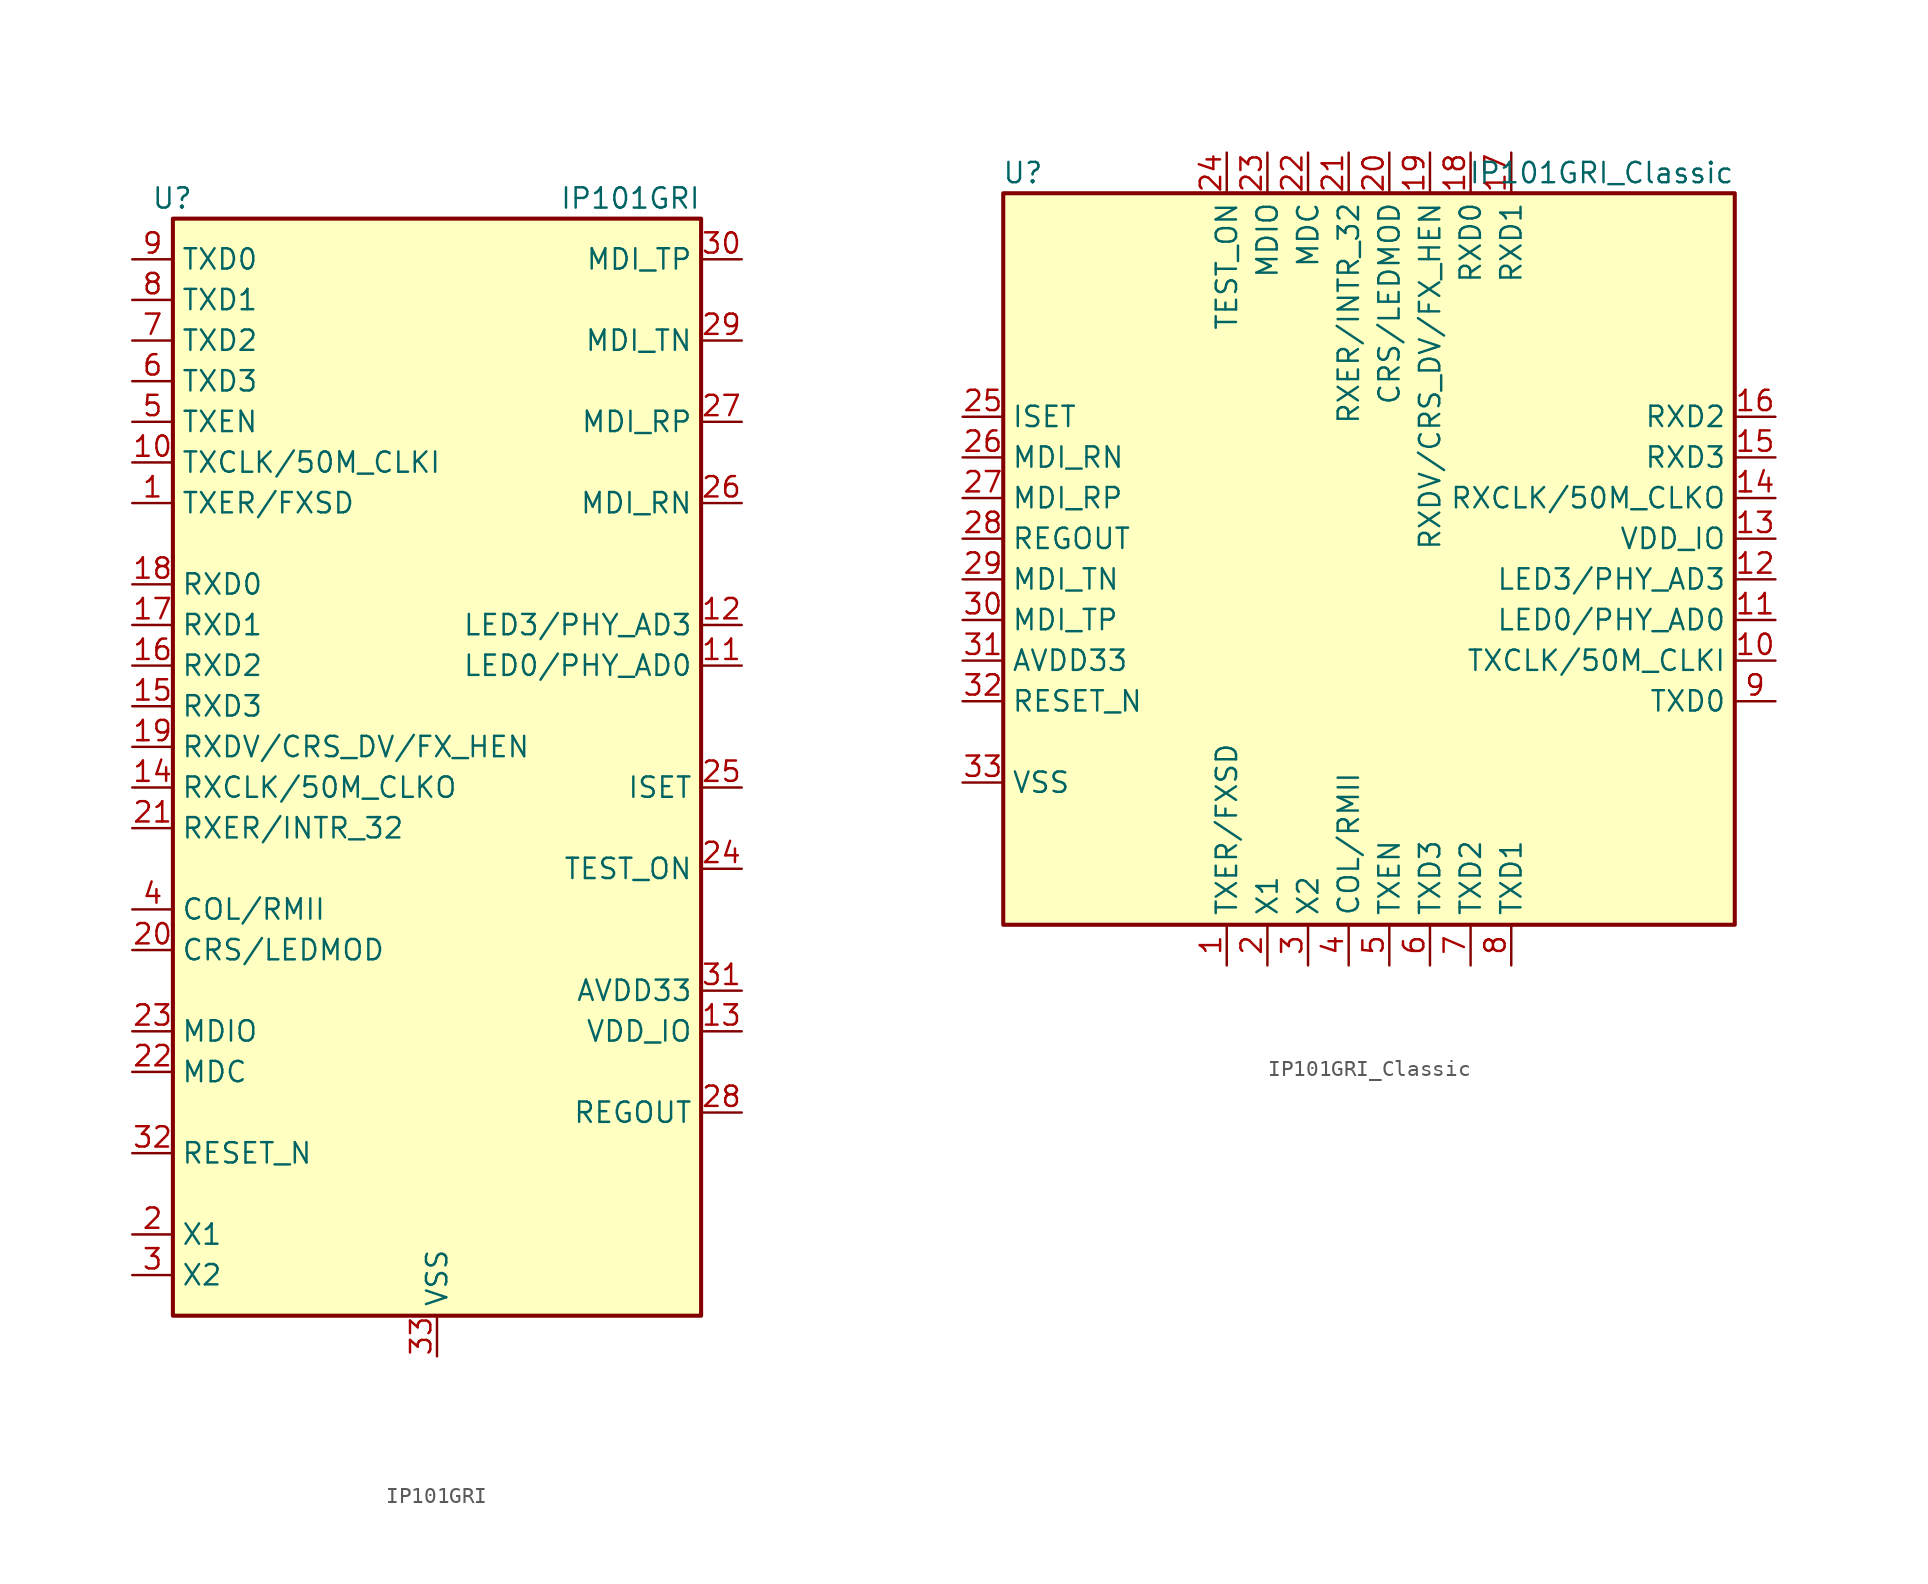
<source format=kicad_sym>
(kicad_symbol_lib
  (version 20211014)
  (generator kicad_symbol_editor)
  (symbol "IP101GRI"
    (property "Reference" "U"
      (at -15.24 35.56 0)
      (effects (font (size 1.27 1.27)) (justify right)))
    (property "Value" "IP101GRI"
      (at 16.51 35.56 0)
      (effects (font (size 1.27 1.27)) (justify right)))
    (symbol "IP101GRI_0_1"
      (rectangle (start -16.51 34.29) (end 16.51 -34.29) (stroke (width 0.254) (type default) (color 0 0 0 0)) (fill (type background))))
    (symbol "IP101GRI_1_1"
      (pin input line (at -19.05 16.51 0) (length 2.54) (name "TXER/FXSD" (effects (font (size 1.27 1.27)))) (number "1" (effects (font (size 1.27 1.27)))))
      (pin bidirectional line (at -19.05 19.05 0) (length 2.54) (name "TXCLK/50M_CLKI" (effects (font (size 1.27 1.27)))) (number "10" (effects (font (size 1.27 1.27)))))
      (pin output line (at 19.05 6.35 180) (length 2.54) (name "LED0/PHY_AD0" (effects (font (size 1.27 1.27)))) (number "11" (effects (font (size 1.27 1.27)))))
      (pin output line (at 19.05 8.89 180) (length 2.54) (name "LED3/PHY_AD3" (effects (font (size 1.27 1.27)))) (number "12" (effects (font (size 1.27 1.27)))))
      (pin power_in line (at 19.05 -16.51 180) (length 2.54) (name "VDD_IO" (effects (font (size 1.27 1.27)))) (number "13" (effects (font (size 1.27 1.27)))))
      (pin output line (at -19.05 -1.27 0) (length 2.54) (name "RXCLK/50M_CLKO" (effects (font (size 1.27 1.27)))) (number "14" (effects (font (size 1.27 1.27)))))
      (pin input line (at -19.05 3.81 0) (length 2.54) (name "RXD3" (effects (font (size 1.27 1.27)))) (number "15" (effects (font (size 1.27 1.27)))))
      (pin input line (at -19.05 6.35 0) (length 2.54) (name "RXD2" (effects (font (size 1.27 1.27)))) (number "16" (effects (font (size 1.27 1.27)))))
      (pin input line (at -19.05 8.89 0) (length 2.54) (name "RXD1" (effects (font (size 1.27 1.27)))) (number "17" (effects (font (size 1.27 1.27)))))
      (pin input line (at -19.05 11.43 0) (length 2.54) (name "RXD0" (effects (font (size 1.27 1.27)))) (number "18" (effects (font (size 1.27 1.27)))))
      (pin bidirectional line (at -19.05 1.27 0) (length 2.54) (name "RXDV/CRS_DV/FX_HEN" (effects (font (size 1.27 1.27)))) (number "19" (effects (font (size 1.27 1.27)))))
      (pin input line (at -19.05 -29.21 0) (length 2.54) (name "X1" (effects (font (size 1.27 1.27)))) (number "2" (effects (font (size 1.27 1.27)))))
      (pin output line (at -19.05 -11.43 0) (length 2.54) (name "CRS/LEDMOD" (effects (font (size 1.27 1.27)))) (number "20" (effects (font (size 1.27 1.27)))))
      (pin output line (at -19.05 -3.81 0) (length 2.54) (name "RXER/INTR_32" (effects (font (size 1.27 1.27)))) (number "21" (effects (font (size 1.27 1.27)))))
      (pin output line (at -19.05 -19.05 0) (length 2.54) (name "MDC" (effects (font (size 1.27 1.27)))) (number "22" (effects (font (size 1.27 1.27)))))
      (pin bidirectional line (at -19.05 -16.51 0) (length 2.54) (name "MDIO" (effects (font (size 1.27 1.27)))) (number "23" (effects (font (size 1.27 1.27)))))
      (pin input line (at 19.05 -6.35 180) (length 2.54) (name "TEST_ON" (effects (font (size 1.27 1.27)))) (number "24" (effects (font (size 1.27 1.27)))))
      (pin output line (at 19.05 -1.27 180) (length 2.54) (name "ISET" (effects (font (size 1.27 1.27)))) (number "25" (effects (font (size 1.27 1.27)))))
      (pin output line (at 19.05 16.51 180) (length 2.54) (name "MDI_RN" (effects (font (size 1.27 1.27)))) (number "26" (effects (font (size 1.27 1.27)))))
      (pin bidirectional line (at 19.05 21.59 180) (length 2.54) (name "MDI_RP" (effects (font (size 1.27 1.27)))) (number "27" (effects (font (size 1.27 1.27)))))
      (pin power_out line (at 19.05 -21.59 180) (length 2.54) (name "REGOUT" (effects (font (size 1.27 1.27)))) (number "28" (effects (font (size 1.27 1.27)))))
      (pin bidirectional line (at 19.05 26.67 180) (length 2.54) (name "MDI_TN" (effects (font (size 1.27 1.27)))) (number "29" (effects (font (size 1.27 1.27)))))
      (pin output line (at -19.05 -31.75 0) (length 2.54) (name "X2" (effects (font (size 1.27 1.27)))) (number "3" (effects (font (size 1.27 1.27)))))
      (pin power_in line (at 19.05 31.75 180) (length 2.54) (name "MDI_TP" (effects (font (size 1.27 1.27)))) (number "30" (effects (font (size 1.27 1.27)))))
      (pin power_in line (at 19.05 -13.97 180) (length 2.54) (name "AVDD33" (effects (font (size 1.27 1.27)))) (number "31" (effects (font (size 1.27 1.27)))))
      (pin passive line (at -19.05 -24.13 0) (length 2.54) (name "RESET_N" (effects (font (size 1.27 1.27)))) (number "32" (effects (font (size 1.27 1.27)))))
      (pin power_in line (at 0 -36.83 90) (length 2.54) (name "VSS" (effects (font (size 1.27 1.27)))) (number "33" (effects (font (size 1.27 1.27)))))
      (pin bidirectional line (at -19.05 -8.89 0) (length 2.54) (name "COL/RMII" (effects (font (size 1.27 1.27)))) (number "4" (effects (font (size 1.27 1.27)))))
      (pin input line (at -19.05 21.59 0) (length 2.54) (name "TXEN" (effects (font (size 1.27 1.27)))) (number "5" (effects (font (size 1.27 1.27)))))
      (pin input line (at -19.05 24.13 0) (length 2.54) (name "TXD3" (effects (font (size 1.27 1.27)))) (number "6" (effects (font (size 1.27 1.27)))))
      (pin input line (at -19.05 26.67 0) (length 2.54) (name "TXD2" (effects (font (size 1.27 1.27)))) (number "7" (effects (font (size 1.27 1.27)))))
      (pin input line (at -19.05 29.21 0) (length 2.54) (name "TXD1" (effects (font (size 1.27 1.27)))) (number "8" (effects (font (size 1.27 1.27)))))
      (pin input line (at -19.05 31.75 0) (length 2.54) (name "TXD0" (effects (font (size 1.27 1.27)))) (number "9" (effects (font (size 1.27 1.27)))))))
  (symbol "IP101GRI_Classic"
    (property "Reference" "U"
      (at -19.05 24.13 0)
      (effects (font (size 1.27 1.27)) (justify right)))
    (property "Value" "IP101GRI_Classic"
      (at 24.13 24.13 0)
      (effects (font (size 1.27 1.27)) (justify right)))
    (symbol "IP101GRI_Classic_0_1"
      (rectangle (start -21.59 22.86) (end 24.13 -22.86) (stroke (width 0.254) (type default) (color 0 0 0 0)) (fill (type background))))
    (symbol "IP101GRI_Classic_1_1"
      (pin input line (at -7.62 -25.4 90) (length 2.54) (name "TXER/FXSD" (effects (font (size 1.27 1.27)))) (number "1" (effects (font (size 1.27 1.27)))))
      (pin bidirectional line (at 26.67 -6.35 180) (length 2.54) (name "TXCLK/50M_CLKI" (effects (font (size 1.27 1.27)))) (number "10" (effects (font (size 1.27 1.27)))))
      (pin output line (at 26.67 -3.81 180) (length 2.54) (name "LED0/PHY_AD0" (effects (font (size 1.27 1.27)))) (number "11" (effects (font (size 1.27 1.27)))))
      (pin output line (at 26.67 -1.27 180) (length 2.54) (name "LED3/PHY_AD3" (effects (font (size 1.27 1.27)))) (number "12" (effects (font (size 1.27 1.27)))))
      (pin power_in line (at 26.67 1.27 180) (length 2.54) (name "VDD_IO" (effects (font (size 1.27 1.27)))) (number "13" (effects (font (size 1.27 1.27)))))
      (pin output line (at 26.67 3.81 180) (length 2.54) (name "RXCLK/50M_CLKO" (effects (font (size 1.27 1.27)))) (number "14" (effects (font (size 1.27 1.27)))))
      (pin input line (at 26.67 6.35 180) (length 2.54) (name "RXD3" (effects (font (size 1.27 1.27)))) (number "15" (effects (font (size 1.27 1.27)))))
      (pin input line (at 26.67 8.89 180) (length 2.54) (name "RXD2" (effects (font (size 1.27 1.27)))) (number "16" (effects (font (size 1.27 1.27)))))
      (pin input line (at 10.16 25.4 270) (length 2.54) (name "RXD1" (effects (font (size 1.27 1.27)))) (number "17" (effects (font (size 1.27 1.27)))))
      (pin input line (at 7.62 25.4 270) (length 2.54) (name "RXD0" (effects (font (size 1.27 1.27)))) (number "18" (effects (font (size 1.27 1.27)))))
      (pin bidirectional line (at 5.08 25.4 270) (length 2.54) (name "RXDV/CRS_DV/FX_HEN" (effects (font (size 1.27 1.27)))) (number "19" (effects (font (size 1.27 1.27)))))
      (pin input line (at -5.08 -25.4 90) (length 2.54) (name "X1" (effects (font (size 1.27 1.27)))) (number "2" (effects (font (size 1.27 1.27)))))
      (pin output line (at 2.54 25.4 270) (length 2.54) (name "CRS/LEDMOD" (effects (font (size 1.27 1.27)))) (number "20" (effects (font (size 1.27 1.27)))))
      (pin output line (at 0 25.4 270) (length 2.54) (name "RXER/INTR_32" (effects (font (size 1.27 1.27)))) (number "21" (effects (font (size 1.27 1.27)))))
      (pin output line (at -2.54 25.4 270) (length 2.54) (name "MDC" (effects (font (size 1.27 1.27)))) (number "22" (effects (font (size 1.27 1.27)))))
      (pin bidirectional line (at -5.08 25.4 270) (length 2.54) (name "MDIO" (effects (font (size 1.27 1.27)))) (number "23" (effects (font (size 1.27 1.27)))))
      (pin input line (at -7.62 25.4 270) (length 2.54) (name "TEST_ON" (effects (font (size 1.27 1.27)))) (number "24" (effects (font (size 1.27 1.27)))))
      (pin output line (at -24.13 8.89 0) (length 2.54) (name "ISET" (effects (font (size 1.27 1.27)))) (number "25" (effects (font (size 1.27 1.27)))))
      (pin output line (at -24.13 6.35 0) (length 2.54) (name "MDI_RN" (effects (font (size 1.27 1.27)))) (number "26" (effects (font (size 1.27 1.27)))))
      (pin bidirectional line (at -24.13 3.81 0) (length 2.54) (name "MDI_RP" (effects (font (size 1.27 1.27)))) (number "27" (effects (font (size 1.27 1.27)))))
      (pin power_out line (at -24.13 1.27 0) (length 2.54) (name "REGOUT" (effects (font (size 1.27 1.27)))) (number "28" (effects (font (size 1.27 1.27)))))
      (pin bidirectional line (at -24.13 -1.27 0) (length 2.54) (name "MDI_TN" (effects (font (size 1.27 1.27)))) (number "29" (effects (font (size 1.27 1.27)))))
      (pin output line (at -2.54 -25.4 90) (length 2.54) (name "X2" (effects (font (size 1.27 1.27)))) (number "3" (effects (font (size 1.27 1.27)))))
      (pin power_in line (at -24.13 -3.81 0) (length 2.54) (name "MDI_TP" (effects (font (size 1.27 1.27)))) (number "30" (effects (font (size 1.27 1.27)))))
      (pin power_in line (at -24.13 -6.35 0) (length 2.54) (name "AVDD33" (effects (font (size 1.27 1.27)))) (number "31" (effects (font (size 1.27 1.27)))))
      (pin passive line (at -24.13 -8.89 0) (length 2.54) (name "RESET_N" (effects (font (size 1.27 1.27)))) (number "32" (effects (font (size 1.27 1.27)))))
      (pin power_in line (at -24.13 -13.97 0) (length 2.54) (name "VSS" (effects (font (size 1.27 1.27)))) (number "33" (effects (font (size 1.27 1.27)))))
      (pin bidirectional line (at 0 -25.4 90) (length 2.54) (name "COL/RMII" (effects (font (size 1.27 1.27)))) (number "4" (effects (font (size 1.27 1.27)))))
      (pin input line (at 2.54 -25.4 90) (length 2.54) (name "TXEN" (effects (font (size 1.27 1.27)))) (number "5" (effects (font (size 1.27 1.27)))))
      (pin input line (at 5.08 -25.4 90) (length 2.54) (name "TXD3" (effects (font (size 1.27 1.27)))) (number "6" (effects (font (size 1.27 1.27)))))
      (pin input line (at 7.62 -25.4 90) (length 2.54) (name "TXD2" (effects (font (size 1.27 1.27)))) (number "7" (effects (font (size 1.27 1.27)))))
      (pin input line (at 10.16 -25.4 90) (length 2.54) (name "TXD1" (effects (font (size 1.27 1.27)))) (number "8" (effects (font (size 1.27 1.27)))))
      (pin input line (at 26.67 -8.89 180) (length 2.54) (name "TXD0" (effects (font (size 1.27 1.27)))) (number "9" (effects (font (size 1.27 1.27))))))))
</source>
